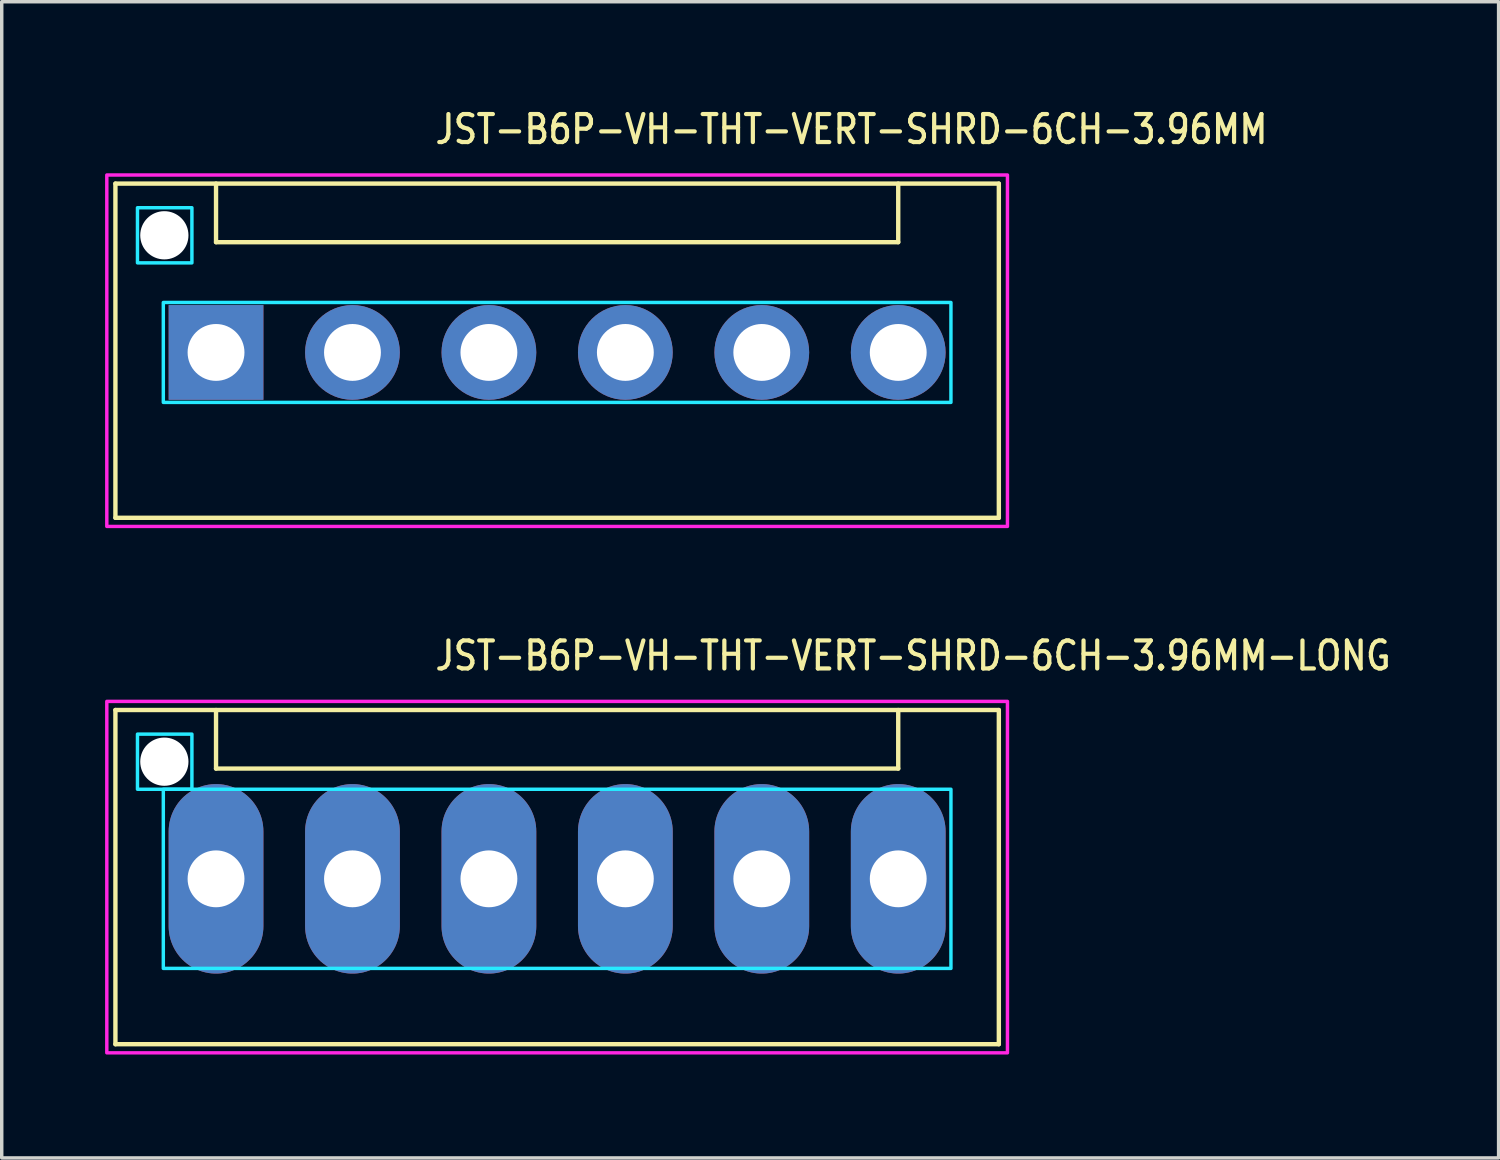
<source format=kicad_pcb>
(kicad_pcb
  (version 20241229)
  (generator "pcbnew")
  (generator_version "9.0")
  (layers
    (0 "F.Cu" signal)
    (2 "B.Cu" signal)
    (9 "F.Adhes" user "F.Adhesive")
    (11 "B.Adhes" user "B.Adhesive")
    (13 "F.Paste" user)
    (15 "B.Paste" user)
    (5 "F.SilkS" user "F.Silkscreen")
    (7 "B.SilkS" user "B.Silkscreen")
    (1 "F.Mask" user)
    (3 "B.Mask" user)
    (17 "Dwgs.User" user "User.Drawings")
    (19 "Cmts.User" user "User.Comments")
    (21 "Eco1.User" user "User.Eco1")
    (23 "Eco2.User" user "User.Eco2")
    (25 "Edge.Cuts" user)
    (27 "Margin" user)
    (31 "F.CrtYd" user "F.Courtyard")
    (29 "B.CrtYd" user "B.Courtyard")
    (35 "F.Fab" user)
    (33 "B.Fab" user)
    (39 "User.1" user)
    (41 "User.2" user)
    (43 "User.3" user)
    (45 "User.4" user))
  (footprint "JST-B6P-VH-THT-VERT-SHRD-6CH-3.96MM"
    (layer "F.Cu")
    (at 13.12 7.179)
    (property "Reference" "JST-B6P-VH-THT-VERT-SHRD-6CH-3.96MM" (at -3.6 -6 0) (unlocked yes) (layer "F.SilkS") (effects (font (size 0.813 0.695) (thickness 0.122)) (justify left bottom)))
    (fp_line (start -12.82 -4.9) (end 12.82 -4.9) (stroke (width 0.127) (type solid)) (layer "F.SilkS"))
    (fp_line (start -12.82 4.8) (end -12.82 -4.9) (stroke (width 0.127) (type solid)) (layer "F.SilkS"))
    (fp_line (start -12.82 4.8) (end 12.82 4.8) (stroke (width 0.127) (type solid)) (layer "F.SilkS"))
    (fp_line (start -9.9 -4.9) (end -9.9 -3.2) (stroke (width 0.127) (type solid)) (layer "F.SilkS"))
    (fp_line (start -9.9 -3.2) (end 9.9 -3.2) (stroke (width 0.127) (type solid)) (layer "F.SilkS"))
    (fp_line (start 9.9 -4.9) (end 9.9 -3.2) (stroke (width 0.127) (type solid)) (layer "F.SilkS"))
    (fp_line (start 12.82 -4.9) (end 12.82 4.8) (stroke (width 0.127) (type solid)) (layer "F.SilkS"))
    (fp_poly (pts (xy -11.43 -1.45) (xy -11.43 1.45) (xy 11.43 1.45) (xy 11.43 -1.45)) (stroke (width 0.1) (type solid)) (fill no) (layer "B.CrtYd"))
    (fp_poly (pts (xy -10.6 -4.2) (xy -10.6 -2.6) (xy -12.18 -2.6) (xy -12.18 -4.2)) (stroke (width 0.1) (type solid)) (fill no) (layer "B.CrtYd"))
    (fp_poly (pts (xy -13.07 -5.15) (xy -13.07 5.05) (xy 13.07 5.05) (xy 13.07 -5.15)) (stroke (width 0.1) (type solid)) (fill no) (layer "F.CrtYd"))
    (pad "" np_thru_hole circle (at -11.4 -3.4) (size 1.4 1.4) (drill 1.4) (layers "*.Cu" "*.Mask"))
    (pad "1" thru_hole rect (at -9.9 0) (size 2.75 2.75) (drill 1.65) (layers "*.Cu" "*.Mask"))
    (pad "2" thru_hole oval (at -5.94 0) (size 2.75 2.75) (drill 1.65) (layers "*.Cu" "*.Mask"))
    (pad "3" thru_hole oval (at -1.98 0) (size 2.75 2.75) (drill 1.65) (layers "*.Cu" "*.Mask"))
    (pad "4" thru_hole oval (at 1.98 0) (size 2.75 2.75) (drill 1.65) (layers "*.Cu" "*.Mask"))
    (pad "5" thru_hole oval (at 5.94 0) (size 2.75 2.75) (drill 1.65) (layers "*.Cu" "*.Mask"))
    (pad "6" thru_hole oval (at 9.9 0) (size 2.75 2.75) (drill 1.65) (layers "*.Cu" "*.Mask")))
  (footprint "JST-B6P-VH-THT-VERT-SHRD-6CH-3.96MM-LONG"
    (layer "F.Cu")
    (at 13.12 22.457)
    (property "Reference" "JST-B6P-VH-THT-VERT-SHRD-6CH-3.96MM-LONG" (at -3.6 -6 0) (unlocked yes) (layer "F.SilkS") (effects (font (size 0.813 0.695) (thickness 0.122)) (justify left bottom)))
    (fp_line (start -12.82 -4.9) (end 12.82 -4.9) (stroke (width 0.127) (type solid)) (layer "F.SilkS"))
    (fp_line (start -12.82 4.8) (end -12.82 -4.9) (stroke (width 0.127) (type solid)) (layer "F.SilkS"))
    (fp_line (start -12.82 4.8) (end 12.82 4.8) (stroke (width 0.127) (type solid)) (layer "F.SilkS"))
    (fp_line (start -9.9 -4.9) (end -9.9 -3.2) (stroke (width 0.127) (type solid)) (layer "F.SilkS"))
    (fp_line (start -9.9 -3.2) (end 9.9 -3.2) (stroke (width 0.127) (type solid)) (layer "F.SilkS"))
    (fp_line (start 9.9 -4.9) (end 9.9 -3.2) (stroke (width 0.127) (type solid)) (layer "F.SilkS"))
    (fp_line (start 12.82 -4.9) (end 12.82 4.8) (stroke (width 0.127) (type solid)) (layer "F.SilkS"))
    (fp_poly (pts (xy -11.43 -2.6) (xy -11.43 2.6) (xy 11.43 2.6) (xy 11.43 -2.6)) (stroke (width 0.1) (type solid)) (fill no) (layer "B.CrtYd"))
    (fp_poly (pts (xy -10.6 -4.2) (xy -10.6 -2.6) (xy -12.18 -2.6) (xy -12.18 -4.2)) (stroke (width 0.1) (type solid)) (fill no) (layer "B.CrtYd"))
    (fp_poly (pts (xy -13.07 -5.15) (xy -13.07 5.05) (xy 13.07 5.05) (xy 13.07 -5.15)) (stroke (width 0.1) (type solid)) (fill no) (layer "F.CrtYd"))
    (pad "" np_thru_hole circle (at -11.4 -3.4) (size 1.4 1.4) (drill 1.4) (layers "*.Cu" "*.Mask"))
    (pad "P$1" thru_hole oval (at -9.9 0 90) (size 5.5 2.75) (drill 1.65) (layers "*.Cu" "*.Mask"))
    (pad "P$2" thru_hole oval (at -5.94 0 90) (size 5.5 2.75) (drill 1.65) (layers "*.Cu" "*.Mask"))
    (pad "P$3" thru_hole oval (at -1.98 0 90) (size 5.5 2.75) (drill 1.65) (layers "*.Cu" "*.Mask"))
    (pad "P$4" thru_hole oval (at 1.98 0 90) (size 5.5 2.75) (drill 1.65) (layers "*.Cu" "*.Mask"))
    (pad "P$5" thru_hole oval (at 5.94 0 90) (size 5.5 2.75) (drill 1.65) (layers "*.Cu" "*.Mask"))
    (pad "P$6" thru_hole oval (at 9.9 0 90) (size 5.5 2.75) (drill 1.65) (layers "*.Cu" "*.Mask")))
  (gr_rect
    (start -3 -3)
    (end 40.445 30.557)
    (stroke (width 0.1) (type default))
    (fill no)
    (layer "Edge.Cuts")))
</source>
